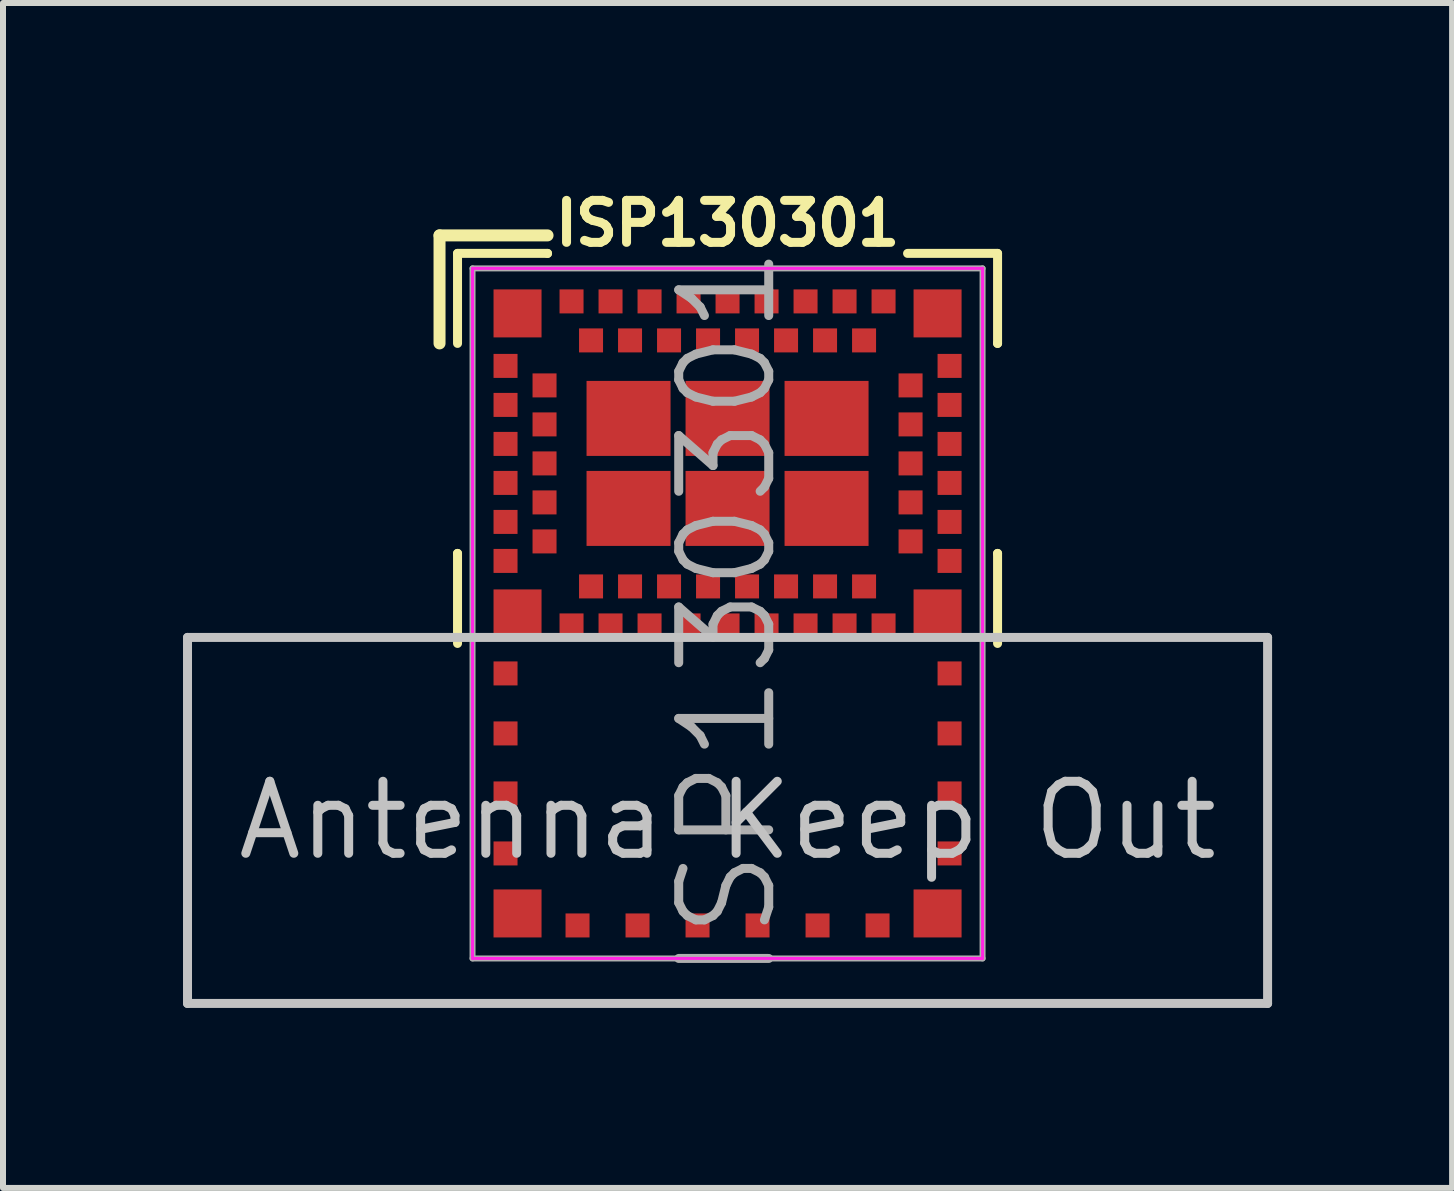
<source format=kicad_pcb>
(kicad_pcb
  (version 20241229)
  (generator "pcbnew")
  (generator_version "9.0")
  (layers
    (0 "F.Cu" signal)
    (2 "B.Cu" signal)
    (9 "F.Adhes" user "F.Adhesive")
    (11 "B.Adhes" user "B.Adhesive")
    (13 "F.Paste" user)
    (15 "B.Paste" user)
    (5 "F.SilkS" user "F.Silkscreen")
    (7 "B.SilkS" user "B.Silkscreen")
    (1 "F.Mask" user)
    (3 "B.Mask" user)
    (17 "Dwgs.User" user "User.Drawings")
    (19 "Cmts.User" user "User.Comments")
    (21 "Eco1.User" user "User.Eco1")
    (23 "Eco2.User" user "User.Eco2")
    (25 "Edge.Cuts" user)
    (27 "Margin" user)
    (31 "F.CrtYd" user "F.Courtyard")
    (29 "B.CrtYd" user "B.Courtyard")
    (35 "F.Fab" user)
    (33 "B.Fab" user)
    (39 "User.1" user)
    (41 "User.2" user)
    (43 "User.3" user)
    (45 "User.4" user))
  (footprint "ISP130301"
    (layer "F.Cu")
    (at 9.075 7.173)
    (property "Reference" "ISP130301" (at 0 -6.5 0) (layer "F.SilkS") (effects (font (size 0.7 0.7) (thickness 0.15))))
    (attr through_hole)
    (fp_line (start -4.8 -6.3) (end -3 -6.3) (stroke (width 0.2) (type solid)) (layer "F.SilkS"))
    (fp_line (start -4.8 -4.5) (end -4.8 -6.3) (stroke (width 0.2) (type solid)) (layer "F.SilkS"))
    (fp_line (start -4.5 -6) (end -3 -6) (stroke (width 0.15) (type solid)) (layer "F.SilkS"))
    (fp_line (start -4.5 -4.5) (end -4.5 -6) (stroke (width 0.15) (type solid)) (layer "F.SilkS"))
    (fp_line (start -4.5 -1) (end -4.5 -1) (stroke (width 0.15) (type solid)) (layer "F.SilkS"))
    (fp_line (start -4.5 0.5) (end -4.5 -1) (stroke (width 0.15) (type solid)) (layer "F.SilkS"))
    (fp_line (start -3 -6) (end -3 -6) (stroke (width 0.15) (type solid)) (layer "F.SilkS"))
    (fp_line (start 3 -6) (end 4.5 -6) (stroke (width 0.15) (type solid)) (layer "F.SilkS"))
    (fp_line (start 4.5 -6) (end 4.5 -4.5) (stroke (width 0.15) (type solid)) (layer "F.SilkS"))
    (fp_line (start 4.5 -4.5) (end 4.5 -4.5) (stroke (width 0.15) (type solid)) (layer "F.SilkS"))
    (fp_line (start 4.5 -1) (end 4.5 -1) (stroke (width 0.15) (type solid)) (layer "F.SilkS"))
    (fp_line (start 4.5 0.5) (end 4.5 -1) (stroke (width 0.15) (type solid)) (layer "F.SilkS"))
    (fp_line (start -9 0.4) (end -9 6.5) (stroke (width 0.15) (type solid)) (layer "Dwgs.User"))
    (fp_line (start -9 6.5) (end 9 6.5) (stroke (width 0.15) (type solid)) (layer "Dwgs.User"))
    (fp_line (start 9 0.4) (end -9 0.4) (stroke (width 0.15) (type solid)) (layer "Dwgs.User"))
    (fp_line (start 9 6.5) (end 9 0.4) (stroke (width 0.15) (type solid)) (layer "Dwgs.User"))
    (fp_line (start -4.25 -5.75) (end 4.25 -5.75) (stroke (width 0.05) (type solid)) (layer "F.CrtYd"))
    (fp_line (start -4.25 5.75) (end -4.25 -5.75) (stroke (width 0.05) (type solid)) (layer "F.CrtYd"))
    (fp_line (start 4.25 -5.75) (end 4.25 -5.75) (stroke (width 0.05) (type solid)) (layer "F.CrtYd"))
    (fp_line (start 4.25 -5.75) (end 4.25 5.75) (stroke (width 0.05) (type solid)) (layer "F.CrtYd"))
    (fp_line (start 4.25 5.75) (end -4.25 5.75) (stroke (width 0.05) (type solid)) (layer "F.CrtYd"))
    (fp_line (start -4.25 -5.75) (end 4.25 -5.75) (stroke (width 0.1) (type solid)) (layer "F.Fab"))
    (fp_line (start -4.25 5.75) (end -4.25 -5.75) (stroke (width 0.1) (type solid)) (layer "F.Fab"))
    (fp_line (start 4.25 -5.75) (end 4.25 5.75) (stroke (width 0.1) (type solid)) (layer "F.Fab"))
    (fp_line (start 4.25 5.75) (end -4.25 5.75) (stroke (width 0.1) (type solid)) (layer "F.Fab"))
    (fp_text user "Antenna Keep Out" (at 0 3.45 0) (layer "Dwgs.User") (effects (font (size 1.2 1.2) (thickness 0.15))))
    (fp_text user "${REFERENCE}" (at 0 0 90) (layer "F.Fab") (effects (font (size 1.5 1.5) (thickness 0.15))))
    (pad "" smd rect (at -3.7 1) (size 0.4 0.4) (layers "F.Cu" "F.Mask" "F.Paste"))
    (pad "" smd rect (at -3.7 2) (size 0.4 0.4) (layers "F.Cu" "F.Mask" "F.Paste"))
    (pad "" smd rect (at -3.7 3) (size 0.4 0.4) (layers "F.Cu" "F.Mask" "F.Paste"))
    (pad "" smd rect (at -3.7 4) (size 0.4 0.4) (layers "F.Cu" "F.Mask" "F.Paste"))
    (pad "" smd rect (at -3.5 -5) (size 0.8 0.8) (layers "F.Cu" "F.Mask" "F.Paste"))
    (pad "" smd rect (at -3.5 0) (size 0.8 0.8) (layers "F.Cu" "F.Mask" "F.Paste"))
    (pad "" smd rect (at -3.5 5) (size 0.8 0.8) (layers "F.Cu" "F.Mask" "F.Paste"))
    (pad "" smd rect (at -2.5 5.2) (size 0.4 0.4) (layers "F.Cu" "F.Mask" "F.Paste"))
    (pad "" smd rect (at -1.5 5.2) (size 0.4 0.4) (layers "F.Cu" "F.Mask" "F.Paste"))
    (pad "" smd rect (at -0.5 5.2) (size 0.4 0.4) (layers "F.Cu" "F.Mask" "F.Paste"))
    (pad "" smd rect (at 0.5 5.2) (size 0.4 0.4) (layers "F.Cu" "F.Mask" "F.Paste"))
    (pad "" smd rect (at 1.5 5.2) (size 0.4 0.4) (layers "F.Cu" "F.Mask" "F.Paste"))
    (pad "" smd rect (at 2.5 5.2) (size 0.4 0.4) (layers "F.Cu" "F.Mask" "F.Paste"))
    (pad "" smd rect (at 3.5 -5) (size 0.8 0.8) (layers "F.Cu" "F.Mask" "F.Paste"))
    (pad "" smd rect (at 3.5 0) (size 0.8 0.8) (layers "F.Cu" "F.Mask" "F.Paste"))
    (pad "" smd rect (at 3.5 5) (size 0.8 0.8) (layers "F.Cu" "F.Mask" "F.Paste"))
    (pad "" smd rect (at 3.7 1) (size 0.4 0.4) (layers "F.Cu" "F.Mask" "F.Paste"))
    (pad "" smd rect (at 3.7 2) (size 0.4 0.4) (layers "F.Cu" "F.Mask" "F.Paste"))
    (pad "" smd rect (at 3.7 3) (size 0.4 0.4) (layers "F.Cu" "F.Mask" "F.Paste"))
    (pad "" smd rect (at 3.7 4) (size 0.4 0.4) (layers "F.Cu" "F.Mask" "F.Paste"))
    (pad "1" smd rect (at -3.7 -4.125) (size 0.4 0.4) (layers "F.Cu" "F.Mask" "F.Paste"))
    (pad "2" smd rect (at -3.05 -3.8) (size 0.4 0.4) (layers "F.Cu" "F.Mask" "F.Paste"))
    (pad "3" smd rect (at -3.7 -3.475) (size 0.4 0.4) (layers "F.Cu" "F.Mask" "F.Paste"))
    (pad "4" smd rect (at -3.05 -3.15) (size 0.4 0.4) (layers "F.Cu" "F.Mask" "F.Paste"))
    (pad "5" smd rect (at -3.7 -2.825) (size 0.4 0.4) (layers "F.Cu" "F.Mask" "F.Paste"))
    (pad "6" smd rect (at -3.05 -2.5) (size 0.4 0.4) (layers "F.Cu" "F.Mask" "F.Paste"))
    (pad "7" smd rect (at -3.7 -2.175) (size 0.4 0.4) (layers "F.Cu" "F.Mask" "F.Paste"))
    (pad "8" smd rect (at -3.05 -1.85) (size 0.4 0.4) (layers "F.Cu" "F.Mask" "F.Paste"))
    (pad "9" smd rect (at -3.7 -1.525) (size 0.4 0.4) (layers "F.Cu" "F.Mask" "F.Paste"))
    (pad "10" smd rect (at -3.05 -1.2) (size 0.4 0.4) (layers "F.Cu" "F.Mask" "F.Paste"))
    (pad "11" smd rect (at -3.7 -0.875) (size 0.4 0.4) (layers "F.Cu" "F.Mask" "F.Paste"))
    (pad "12" smd rect (at -2.6 0.2) (size 0.4 0.4) (layers "F.Cu" "F.Mask" "F.Paste"))
    (pad "13" smd rect (at -2.275 -0.45) (size 0.4 0.4) (layers "F.Cu" "F.Mask" "F.Paste"))
    (pad "14" smd rect (at -1.95 0.2) (size 0.4 0.4) (layers "F.Cu" "F.Mask" "F.Paste"))
    (pad "15" smd rect (at -1.625 -0.45) (size 0.4 0.4) (layers "F.Cu" "F.Mask" "F.Paste"))
    (pad "16" smd rect (at -1.3 0.2) (size 0.4 0.4) (layers "F.Cu" "F.Mask" "F.Paste"))
    (pad "17" smd rect (at -0.975 -0.45) (size 0.4 0.4) (layers "F.Cu" "F.Mask" "F.Paste"))
    (pad "18" smd rect (at -0.65 0.2) (size 0.4 0.4) (layers "F.Cu" "F.Mask" "F.Paste"))
    (pad "19" smd rect (at -0.325 -0.45) (size 0.4 0.4) (layers "F.Cu" "F.Mask" "F.Paste"))
    (pad "20" smd rect (at 0 0.2) (size 0.4 0.4) (layers "F.Cu" "F.Mask" "F.Paste"))
    (pad "21" smd rect (at 0.325 -0.45) (size 0.4 0.4) (layers "F.Cu" "F.Mask" "F.Paste"))
    (pad "22" smd rect (at 0.65 0.2) (size 0.4 0.4) (layers "F.Cu" "F.Mask" "F.Paste"))
    (pad "23" smd rect (at 0.975 -0.45) (size 0.4 0.4) (layers "F.Cu" "F.Mask" "F.Paste"))
    (pad "24" smd rect (at 1.3 0.2) (size 0.4 0.4) (layers "F.Cu" "F.Mask" "F.Paste"))
    (pad "25" smd rect (at 1.625 -0.45) (size 0.4 0.4) (layers "F.Cu" "F.Mask" "F.Paste"))
    (pad "26" smd rect (at 1.95 0.2) (size 0.4 0.4) (layers "F.Cu" "F.Mask" "F.Paste"))
    (pad "27" smd rect (at 2.275 -0.45) (size 0.4 0.4) (layers "F.Cu" "F.Mask" "F.Paste"))
    (pad "28" smd rect (at 2.6 0.2) (size 0.4 0.4) (layers "F.Cu" "F.Mask" "F.Paste"))
    (pad "29" smd rect (at 3.7 -0.875) (size 0.4 0.4) (layers "F.Cu" "F.Mask" "F.Paste"))
    (pad "30" smd rect (at 3.05 -1.2) (size 0.4 0.4) (layers "F.Cu" "F.Mask" "F.Paste"))
    (pad "31" smd rect (at 3.7 -1.525) (size 0.4 0.4) (layers "F.Cu" "F.Mask" "F.Paste"))
    (pad "32" smd rect (at 3.05 -1.85) (size 0.4 0.4) (layers "F.Cu" "F.Mask" "F.Paste"))
    (pad "33" smd rect (at 3.7 -2.175) (size 0.4 0.4) (layers "F.Cu" "F.Mask" "F.Paste"))
    (pad "34" smd rect (at 3.05 -2.5) (size 0.4 0.4) (layers "F.Cu" "F.Mask" "F.Paste"))
    (pad "35" smd rect (at 3.7 -2.825) (size 0.4 0.4) (layers "F.Cu" "F.Mask" "F.Paste"))
    (pad "36" smd rect (at 3.05 -3.15) (size 0.4 0.4) (layers "F.Cu" "F.Mask" "F.Paste"))
    (pad "37" smd rect (at 3.7 -3.475) (size 0.4 0.4) (layers "F.Cu" "F.Mask" "F.Paste"))
    (pad "38" smd rect (at 3.05 -3.8) (size 0.4 0.4) (layers "F.Cu" "F.Mask" "F.Paste"))
    (pad "39" smd rect (at 3.7 -4.125) (size 0.4 0.4) (layers "F.Cu" "F.Mask" "F.Paste"))
    (pad "40" smd rect (at 2.6 -5.2) (size 0.4 0.4) (layers "F.Cu" "F.Mask" "F.Paste"))
    (pad "41" smd rect (at 2.275 -4.55) (size 0.4 0.4) (layers "F.Cu" "F.Mask" "F.Paste"))
    (pad "42" smd rect (at 1.95 -5.2) (size 0.4 0.4) (layers "F.Cu" "F.Mask" "F.Paste"))
    (pad "43" smd rect (at 1.625 -4.55) (size 0.4 0.4) (layers "F.Cu" "F.Mask" "F.Paste"))
    (pad "44" smd rect (at 1.3 -5.2) (size 0.4 0.4) (layers "F.Cu" "F.Mask" "F.Paste"))
    (pad "45" smd rect (at 0.975 -4.55) (size 0.4 0.4) (layers "F.Cu" "F.Mask" "F.Paste"))
    (pad "46" smd rect (at 0.65 -5.2) (size 0.4 0.4) (layers "F.Cu" "F.Mask" "F.Paste"))
    (pad "47" smd rect (at 0.325 -4.55) (size 0.4 0.4) (layers "F.Cu" "F.Mask" "F.Paste"))
    (pad "48" smd rect (at 0 -5.2) (size 0.4 0.4) (layers "F.Cu" "F.Mask" "F.Paste"))
    (pad "49" smd rect (at -0.325 -4.55) (size 0.4 0.4) (layers "F.Cu" "F.Mask" "F.Paste"))
    (pad "50" smd rect (at -0.65 -5.2) (size 0.4 0.4) (layers "F.Cu" "F.Mask" "F.Paste"))
    (pad "51" smd rect (at -0.975 -4.55) (size 0.4 0.4) (layers "F.Cu" "F.Mask" "F.Paste"))
    (pad "52" smd rect (at -1.3 -5.2) (size 0.4 0.4) (layers "F.Cu" "F.Mask" "F.Paste"))
    (pad "53" smd rect (at -1.625 -4.55) (size 0.4 0.4) (layers "F.Cu" "F.Mask" "F.Paste"))
    (pad "54" smd rect (at -1.95 -5.2) (size 0.4 0.4) (layers "F.Cu" "F.Mask" "F.Paste"))
    (pad "55" smd rect (at -2.275 -4.55) (size 0.4 0.4) (layers "F.Cu" "F.Mask" "F.Paste"))
    (pad "56" smd rect (at -2.6 -5.2) (size 0.4 0.4) (layers "F.Cu" "F.Mask" "F.Paste"))
    (pad "FLAG" smd rect (at -1.65 -3.25) (size 1.4 1.25) (layers "F.Cu" "F.Mask" "F.Paste"))
    (pad "FLAG" smd rect (at -1.65 -1.75) (size 1.4 1.25) (layers "F.Cu" "F.Mask" "F.Paste"))
    (pad "FLAG" smd rect (at 0 -3.25) (size 1.4 1.25) (layers "F.Cu" "F.Mask" "F.Paste"))
    (pad "FLAG" smd rect (at 0 -1.75) (size 1.4 1.25) (layers "F.Cu" "F.Mask" "F.Paste"))
    (pad "FLAG" smd rect (at 1.65 -3.25) (size 1.4 1.25) (layers "F.Cu" "F.Mask" "F.Paste"))
    (pad "FLAG" smd rect (at 1.65 -1.75) (size 1.4 1.25) (layers "F.Cu" "F.Mask" "F.Paste")))
  (gr_rect
    (start -3 -3)
    (end 21.15 16.748)
    (stroke (width 0.1) (type default))
    (fill no)
    (layer "Edge.Cuts")))
</source>
